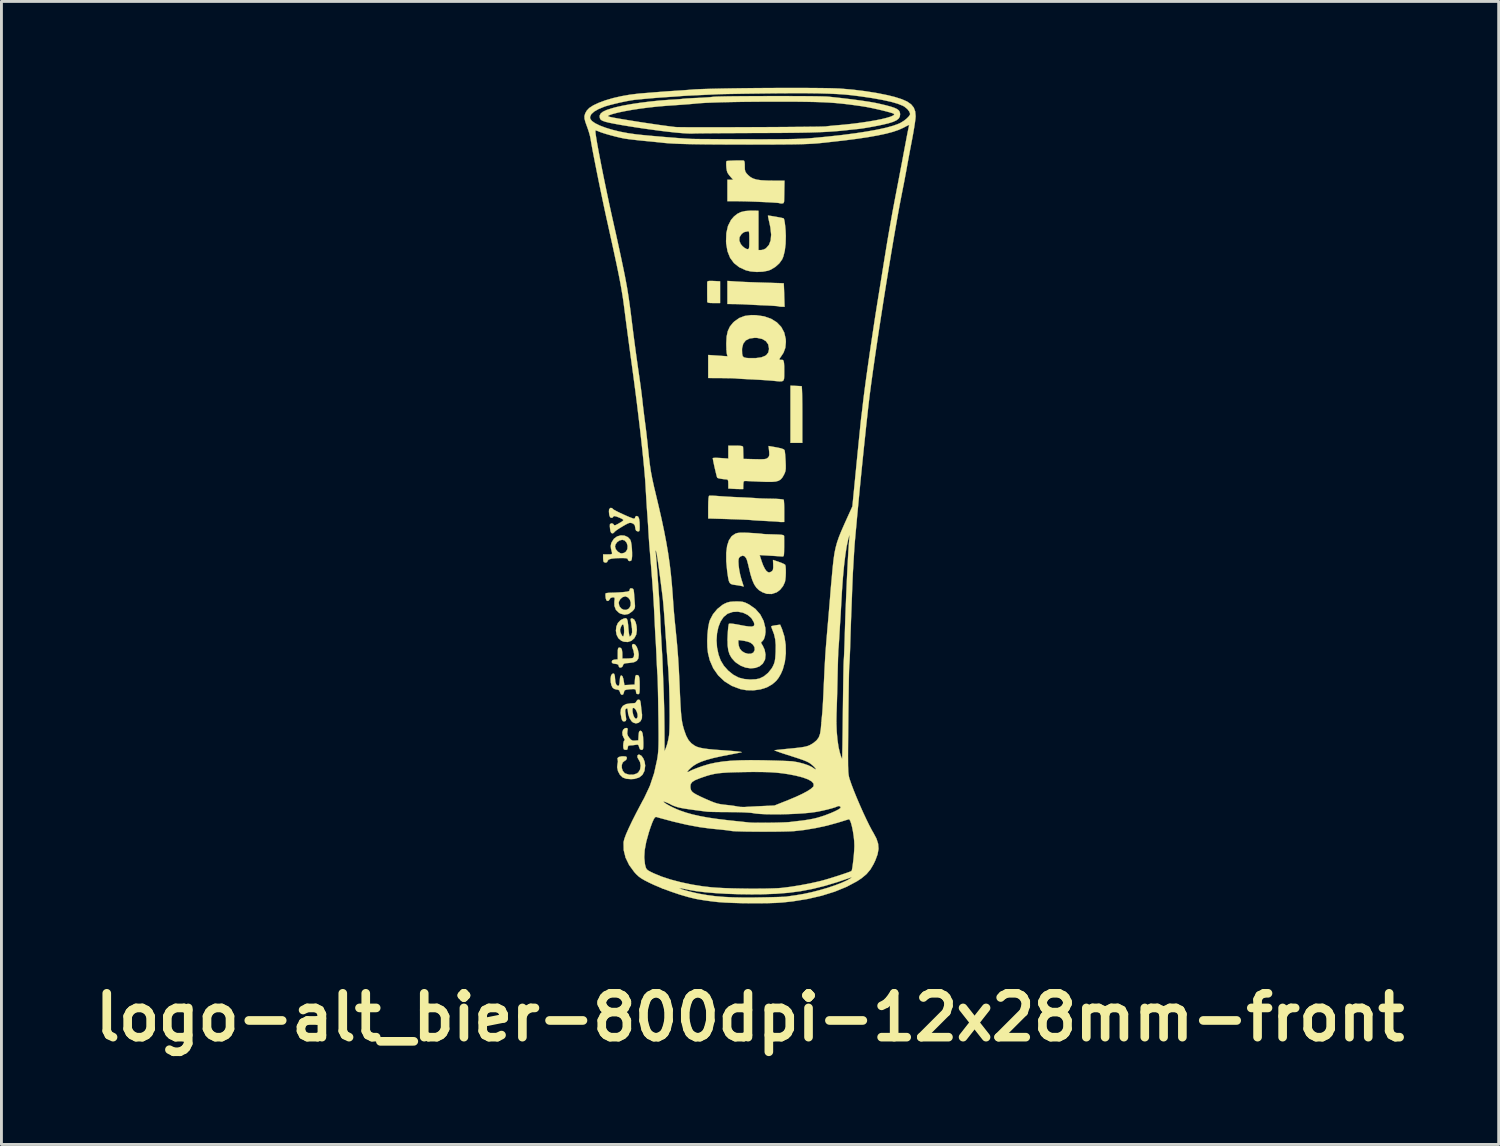
<source format=kicad_pcb>
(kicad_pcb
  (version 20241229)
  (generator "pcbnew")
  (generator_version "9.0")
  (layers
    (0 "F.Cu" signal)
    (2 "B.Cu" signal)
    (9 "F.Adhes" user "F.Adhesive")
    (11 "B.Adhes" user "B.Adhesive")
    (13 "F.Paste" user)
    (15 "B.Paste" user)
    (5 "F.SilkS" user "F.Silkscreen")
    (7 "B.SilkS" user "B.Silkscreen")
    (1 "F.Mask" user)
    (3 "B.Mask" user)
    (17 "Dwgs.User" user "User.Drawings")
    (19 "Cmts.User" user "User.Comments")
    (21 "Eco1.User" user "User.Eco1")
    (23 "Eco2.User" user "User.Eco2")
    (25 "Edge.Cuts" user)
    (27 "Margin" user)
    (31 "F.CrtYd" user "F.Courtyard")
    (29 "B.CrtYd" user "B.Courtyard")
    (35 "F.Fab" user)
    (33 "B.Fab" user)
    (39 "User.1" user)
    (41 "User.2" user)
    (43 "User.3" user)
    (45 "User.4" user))
  (footprint "logo-alt_bier-800dpi-12x28mm-front"
    (layer "F.Cu")
    (at 22.987 14.149)
    (property "Reference" "logo-alt_bier-800dpi-12x28mm-front" (at 0.025 18.15 0) (layer "F.SilkS") (effects (font (size 1.524 1.524) (thickness 0.3))))
    (attr through_hole)
    (fp_poly (pts (xy 1.611 -3.791) (xy 1.714 -3.786) (xy 1.791 -3.782) (xy 1.818 -3.781) (xy 1.824 -3.75) (xy 1.829 -3.663) (xy 1.834 -3.528) (xy 1.837 -3.352) (xy 1.84 -3.143) (xy 1.841 -2.91) (xy 1.841 -2.794) (xy 1.841 -1.81) (xy 1.429 -1.81) (xy 1.429 -3.799) (xy 1.611 -3.791)) (stroke (width 0.01) (type solid)) (fill yes) (layer "F.SilkS"))
    (fp_poly (pts (xy -1.238 -7.435) (xy -1.016 -7.424) (xy -1.016 -6.668) (xy -1.238 -6.668) (xy -1.368 -6.672) (xy -1.44 -6.685) (xy -1.462 -6.707) (xy -1.462 -6.771) (xy -1.463 -6.875) (xy -1.464 -7.003) (xy -1.464 -7.137) (xy -1.464 -7.259) (xy -1.463 -7.352) (xy -1.463 -7.398) (xy -1.45 -7.423) (xy -1.406 -7.436) (xy -1.32 -7.438) (xy -1.238 -7.435)) (stroke (width 0.01) (type solid)) (fill yes) (layer "F.SilkS"))
    (fp_poly (pts (xy -0.468 -7.418) (xy -0.345 -7.411) (xy -0.173 -7.402) (xy 0.032 -7.394) (xy 0.255 -7.386) (xy 0.481 -7.379) (xy 0.508 -7.378) (xy 0.709 -7.372) (xy 0.887 -7.366) (xy 1.032 -7.362) (xy 1.136 -7.358) (xy 1.19 -7.355) (xy 1.195 -7.354) (xy 1.198 -7.323) (xy 1.202 -7.24) (xy 1.207 -7.118) (xy 1.212 -6.969) (xy 1.212 -6.945) (xy 1.225 -6.54) (xy 1.126 -6.54) (xy 1.052 -6.545) (xy 1.012 -6.555) (xy 1.012 -6.555) (xy 0.977 -6.562) (xy 0.889 -6.569) (xy 0.761 -6.578) (xy 0.604 -6.586) (xy 0.522 -6.589) (xy 0.34 -6.597) (xy 0.167 -6.605) (xy 0.018 -6.613) (xy -0.088 -6.619) (xy -0.111 -6.62) (xy -0.225 -6.626) (xy -0.371 -6.631) (xy -0.516 -6.634) (xy -0.762 -6.636) (xy -0.762 -7.438) (xy -0.468 -7.418)) (stroke (width 0.01) (type solid)) (fill yes) (layer "F.SilkS"))
    (fp_poly (pts (xy -3.819 9.023) (xy -3.747 9.066) (xy -3.684 9.154) (xy -3.638 9.271) (xy -3.62 9.398) (xy -3.619 9.404) (xy -3.643 9.585) (xy -3.713 9.722) (xy -3.829 9.816) (xy -3.99 9.866) (xy -4.112 9.874) (xy -4.274 9.861) (xy -4.393 9.818) (xy -4.402 9.813) (xy -4.496 9.723) (xy -4.563 9.598) (xy -4.592 9.461) (xy -4.581 9.352) (xy -4.566 9.269) (xy -4.572 9.208) (xy -4.574 9.204) (xy -4.582 9.147) (xy -4.536 9.105) (xy -4.442 9.083) (xy -4.393 9.081) (xy -4.306 9.085) (xy -4.265 9.103) (xy -4.255 9.142) (xy -4.255 9.145) (xy -4.283 9.208) (xy -4.331 9.238) (xy -4.399 9.294) (xy -4.432 9.383) (xy -4.431 9.487) (xy -4.398 9.586) (xy -4.334 9.663) (xy -4.308 9.678) (xy -4.172 9.72) (xy -4.031 9.719) (xy -3.908 9.677) (xy -3.856 9.638) (xy -3.795 9.536) (xy -3.776 9.408) (xy -3.798 9.28) (xy -3.845 9.195) (xy -3.887 9.118) (xy -3.888 9.055) (xy -3.853 9.023) (xy -3.819 9.023)) (stroke (width 0.01) (type solid)) (fill yes) (layer "F.SilkS"))
    (fp_poly (pts (xy -3.959 5.211) (xy -3.909 5.286) (xy -3.87 5.39) (xy -3.847 5.512) (xy -3.844 5.561) (xy -3.858 5.68) (xy -3.911 5.762) (xy -4.01 5.812) (xy -4.162 5.835) (xy -4.169 5.836) (xy -4.283 5.845) (xy -4.347 5.86) (xy -4.378 5.884) (xy -4.388 5.917) (xy -4.416 5.972) (xy -4.466 5.998) (xy -4.515 5.991) (xy -4.54 5.949) (xy -4.54 5.941) (xy -4.554 5.897) (xy -4.605 5.875) (xy -4.659 5.868) (xy -4.74 5.854) (xy -4.774 5.823) (xy -4.778 5.794) (xy -4.762 5.747) (xy -4.702 5.724) (xy -4.675 5.721) (xy -4.572 5.711) (xy -4.572 5.507) (xy -4.57 5.395) (xy -4.56 5.333) (xy -4.54 5.307) (xy -4.512 5.302) (xy -4.459 5.319) (xy -4.428 5.376) (xy -4.414 5.481) (xy -4.413 5.543) (xy -4.413 5.683) (xy -4.257 5.683) (xy -4.155 5.679) (xy -4.074 5.67) (xy -4.051 5.664) (xy -4.012 5.618) (xy -4.003 5.53) (xy -4.023 5.416) (xy -4.049 5.343) (xy -4.077 5.25) (xy -4.067 5.197) (xy -4.064 5.194) (xy -4.013 5.177) (xy -3.959 5.211)) (stroke (width 0.01) (type solid)) (fill yes) (layer "F.SilkS"))
    (fp_poly (pts (xy -4.254 4.307) (xy -4.229 4.378) (xy -4.213 4.502) (xy -4.205 4.604) (xy -4.193 4.737) (xy -4.179 4.843) (xy -4.165 4.907) (xy -4.156 4.921) (xy -4.123 4.896) (xy -4.093 4.853) (xy -4.073 4.774) (xy -4.076 4.647) (xy -4.1 4.467) (xy -4.115 4.387) (xy -4.125 4.316) (xy -4.109 4.29) (xy -4.061 4.291) (xy -3.999 4.331) (xy -3.95 4.423) (xy -3.918 4.558) (xy -3.908 4.693) (xy -3.93 4.851) (xy -3.997 4.978) (xy -4.097 5.066) (xy -4.222 5.109) (xy -4.36 5.099) (xy -4.453 5.062) (xy -4.552 4.975) (xy -4.613 4.854) (xy -4.636 4.715) (xy -4.631 4.671) (xy -4.491 4.671) (xy -4.488 4.739) (xy -4.463 4.81) (xy -4.419 4.895) (xy -4.385 4.917) (xy -4.362 4.878) (xy -4.351 4.778) (xy -4.35 4.717) (xy -4.356 4.585) (xy -4.374 4.511) (xy -4.403 4.495) (xy -4.44 4.54) (xy -4.462 4.586) (xy -4.491 4.671) (xy -4.631 4.671) (xy -4.621 4.574) (xy -4.567 4.448) (xy -4.476 4.352) (xy -4.446 4.334) (xy -4.356 4.292) (xy -4.294 4.281) (xy -4.254 4.307)) (stroke (width 0.01) (type solid)) (fill yes) (layer "F.SilkS"))
    (fp_poly (pts (xy -4.238 8.105) (xy -4.227 8.142) (xy -4.237 8.21) (xy -4.243 8.297) (xy -4.217 8.371) (xy -4.174 8.434) (xy -4.112 8.505) (xy -4.053 8.534) (xy -3.974 8.535) (xy -3.858 8.525) (xy -3.848 8.358) (xy -3.838 8.258) (xy -3.82 8.208) (xy -3.788 8.192) (xy -3.781 8.191) (xy -3.739 8.214) (xy -3.71 8.284) (xy -3.692 8.406) (xy -3.684 8.585) (xy -3.683 8.644) (xy -3.685 8.758) (xy -3.693 8.823) (xy -3.712 8.851) (xy -3.745 8.858) (xy -3.747 8.858) (xy -3.8 8.837) (xy -3.83 8.766) (xy -3.831 8.76) (xy -3.851 8.693) (xy -3.889 8.673) (xy -3.946 8.681) (xy -4.05 8.695) (xy -4.131 8.7) (xy -4.198 8.709) (xy -4.221 8.748) (xy -4.223 8.779) (xy -4.239 8.842) (xy -4.281 8.858) (xy -4.341 8.848) (xy -4.36 8.837) (xy -4.377 8.79) (xy -4.382 8.71) (xy -4.376 8.625) (xy -4.361 8.557) (xy -4.344 8.533) (xy -4.327 8.507) (xy -4.358 8.447) (xy -4.36 8.444) (xy -4.406 8.343) (xy -4.413 8.242) (xy -4.384 8.157) (xy -4.323 8.105) (xy -4.276 8.096) (xy -4.238 8.105)) (stroke (width 0.01) (type solid)) (fill yes) (layer "F.SilkS"))
    (fp_poly (pts (xy -1.256 0.026) (xy -1.137 0.033) (xy -1.104 0.036) (xy -0.98 0.045) (xy -0.811 0.056) (xy -0.617 0.067) (xy -0.416 0.077) (xy -0.337 0.08) (xy -0.156 0.088) (xy 0.01 0.097) (xy 0.146 0.104) (xy 0.24 0.111) (xy 0.27 0.113) (xy 0.338 0.118) (xy 0.453 0.123) (xy 0.601 0.127) (xy 0.764 0.13) (xy 0.771 0.13) (xy 0.925 0.134) (xy 1.055 0.142) (xy 1.149 0.153) (xy 1.193 0.164) (xy 1.195 0.166) (xy 1.202 0.208) (xy 1.208 0.299) (xy 1.212 0.427) (xy 1.213 0.566) (xy 1.213 0.937) (xy 1.131 0.94) (xy 1.066 0.939) (xy 1.04 0.934) (xy 1.006 0.929) (xy 0.921 0.922) (xy 0.796 0.915) (xy 0.643 0.907) (xy 0.587 0.904) (xy 0.419 0.895) (xy 0.268 0.887) (xy 0.149 0.879) (xy 0.075 0.872) (xy 0.065 0.871) (xy 0.011 0.867) (xy -0.096 0.861) (xy -0.245 0.854) (xy -0.427 0.847) (xy -0.631 0.84) (xy -0.721 0.837) (xy -1.429 0.816) (xy -1.429 0.426) (xy -1.426 0.241) (xy -1.418 0.11) (xy -1.404 0.039) (xy -1.394 0.026) (xy -1.348 0.023) (xy -1.256 0.026)) (stroke (width 0.01) (type solid)) (fill yes) (layer "F.SilkS"))
    (fp_poly (pts (xy -0.226 -11.623) (xy -0.214 -11.623) (xy -0.183 -11.612) (xy -0.166 -11.572) (xy -0.159 -11.491) (xy -0.159 -11.426) (xy -0.156 -11.314) (xy -0.14 -11.241) (xy -0.102 -11.18) (xy -0.04 -11.113) (xy 0.042 -11.044) (xy 0.137 -10.994) (xy 0.257 -10.958) (xy 0.41 -10.936) (xy 0.607 -10.925) (xy 0.819 -10.922) (xy 1.222 -10.922) (xy 1.216 -10.597) (xy 1.214 -10.452) (xy 1.211 -10.324) (xy 1.209 -10.232) (xy 1.209 -10.2) (xy 1.189 -10.143) (xy 1.132 -10.128) (xy 1.069 -10.133) (xy 1.045 -10.141) (xy 1.01 -10.148) (xy 0.921 -10.155) (xy 0.79 -10.164) (xy 0.627 -10.173) (xy 0.442 -10.181) (xy 0.246 -10.19) (xy 0.05 -10.197) (xy -0.137 -10.203) (xy -0.303 -10.206) (xy -0.437 -10.208) (xy -0.762 -10.208) (xy -0.762 -10.581) (xy -0.762 -10.954) (xy -0.56 -10.954) (xy -0.641 -11.041) (xy -0.708 -11.122) (xy -0.759 -11.199) (xy -0.761 -11.204) (xy -0.781 -11.268) (xy -0.796 -11.363) (xy -0.803 -11.465) (xy -0.803 -11.552) (xy -0.792 -11.601) (xy -0.791 -11.603) (xy -0.756 -11.608) (xy -0.675 -11.614) (xy -0.564 -11.619) (xy -0.441 -11.623) (xy -0.323 -11.624) (xy -0.226 -11.623)) (stroke (width 0.01) (type solid)) (fill yes) (layer "F.SilkS"))
    (fp_poly (pts (xy -3.813 7.121) (xy -3.79 7.156) (xy -3.775 7.232) (xy -3.766 7.31) (xy -3.753 7.442) (xy -3.737 7.569) (xy -3.728 7.636) (xy -3.733 7.759) (xy -3.778 7.856) (xy -3.853 7.917) (xy -3.943 7.937) (xy -4.038 7.907) (xy -4.091 7.863) (xy -4.164 7.75) (xy -4.211 7.603) (xy -4.223 7.486) (xy -4.228 7.449) (xy -4.062 7.449) (xy -4.057 7.537) (xy -4.056 7.541) (xy -4.033 7.649) (xy -3.996 7.728) (xy -3.954 7.771) (xy -3.914 7.77) (xy -3.885 7.719) (xy -3.88 7.692) (xy -3.885 7.611) (xy -3.914 7.522) (xy -3.958 7.444) (xy -4.005 7.401) (xy -4.019 7.398) (xy -4.051 7.408) (xy -4.062 7.449) (xy -4.228 7.449) (xy -4.231 7.426) (xy -4.263 7.416) (xy -4.274 7.419) (xy -4.305 7.445) (xy -4.314 7.5) (xy -4.306 7.585) (xy -4.292 7.688) (xy -4.281 7.774) (xy -4.278 7.795) (xy -4.293 7.85) (xy -4.34 7.868) (xy -4.389 7.863) (xy -4.422 7.82) (xy -4.443 7.757) (xy -4.475 7.574) (xy -4.46 7.431) (xy -4.395 7.329) (xy -4.28 7.265) (xy -4.115 7.24) (xy -4.079 7.239) (xy -3.989 7.233) (xy -3.943 7.209) (xy -3.928 7.176) (xy -3.887 7.122) (xy -3.848 7.112) (xy -3.813 7.121)) (stroke (width 0.01) (type solid)) (fill yes) (layer "F.SilkS"))
    (fp_poly (pts (xy -4.696 6.217) (xy -4.673 6.289) (xy -4.667 6.37) (xy -4.655 6.503) (xy -4.621 6.595) (xy -4.568 6.635) (xy -4.557 6.636) (xy -4.528 6.615) (xy -4.51 6.545) (xy -4.502 6.453) (xy -4.492 6.343) (xy -4.473 6.286) (xy -4.445 6.271) (xy -4.409 6.298) (xy -4.38 6.382) (xy -4.369 6.439) (xy -4.34 6.607) (xy -4.162 6.598) (xy -3.985 6.588) (xy -3.975 6.421) (xy -3.965 6.322) (xy -3.947 6.271) (xy -3.915 6.255) (xy -3.907 6.255) (xy -3.865 6.264) (xy -3.837 6.297) (xy -3.821 6.364) (xy -3.812 6.475) (xy -3.81 6.638) (xy -3.811 6.773) (xy -3.816 6.857) (xy -3.828 6.902) (xy -3.849 6.919) (xy -3.873 6.921) (xy -3.924 6.902) (xy -3.937 6.844) (xy -3.943 6.785) (xy -3.969 6.753) (xy -4.029 6.743) (xy -4.136 6.75) (xy -4.168 6.753) (xy -4.27 6.766) (xy -4.325 6.784) (xy -4.349 6.817) (xy -4.356 6.854) (xy -4.383 6.927) (xy -4.427 6.948) (xy -4.471 6.914) (xy -4.492 6.86) (xy -4.518 6.79) (xy -4.568 6.765) (xy -4.601 6.763) (xy -4.689 6.74) (xy -4.747 6.699) (xy -4.789 6.619) (xy -4.815 6.506) (xy -4.821 6.386) (xy -4.806 6.284) (xy -4.786 6.242) (xy -4.736 6.2) (xy -4.696 6.217)) (stroke (width 0.01) (type solid)) (fill yes) (layer "F.SilkS"))
    (fp_poly (pts (xy -4.337 1.412) (xy -4.219 1.466) (xy -4.139 1.552) (xy -4.114 1.619) (xy -4.095 1.727) (xy -4.081 1.86) (xy -4.074 1.998) (xy -4.074 2.126) (xy -4.084 2.225) (xy -4.101 2.276) (xy -4.152 2.3) (xy -4.203 2.28) (xy -4.223 2.235) (xy -4.24 2.209) (xy -4.299 2.195) (xy -4.411 2.191) (xy -4.425 2.191) (xy -4.637 2.196) (xy -4.789 2.213) (xy -4.883 2.241) (xy -4.92 2.281) (xy -4.921 2.29) (xy -4.946 2.336) (xy -5.001 2.352) (xy -5.057 2.33) (xy -5.059 2.328) (xy -5.073 2.285) (xy -5.08 2.206) (xy -5.08 2.185) (xy -5.08 2.064) (xy -4.918 2.064) (xy -4.823 2.062) (xy -4.778 2.051) (xy -4.768 2.024) (xy -4.775 1.992) (xy -4.807 1.863) (xy -4.813 1.794) (xy -4.667 1.794) (xy -4.64 1.885) (xy -4.571 1.968) (xy -4.483 2.022) (xy -4.431 2.032) (xy -4.347 2.01) (xy -4.286 1.968) (xy -4.237 1.879) (xy -4.23 1.768) (xy -4.261 1.661) (xy -4.33 1.581) (xy -4.331 1.58) (xy -4.416 1.557) (xy -4.51 1.58) (xy -4.594 1.639) (xy -4.652 1.722) (xy -4.667 1.794) (xy -4.813 1.794) (xy -4.815 1.768) (xy -4.8 1.686) (xy -4.783 1.642) (xy -4.704 1.521) (xy -4.594 1.441) (xy -4.467 1.404) (xy -4.337 1.412)) (stroke (width 0.01) (type solid)) (fill yes) (layer "F.SilkS"))
    (fp_poly (pts (xy -4.044 3.259) (xy -4.02 3.299) (xy -4.009 3.381) (xy -4.006 3.413) (xy -3.997 3.542) (xy -3.986 3.688) (xy -3.98 3.755) (xy -3.973 3.861) (xy -3.981 3.929) (xy -4.013 3.984) (xy -4.074 4.048) (xy -4.199 4.135) (xy -4.335 4.16) (xy -4.477 4.123) (xy -4.529 4.094) (xy -4.635 3.992) (xy -4.688 3.856) (xy -4.688 3.755) (xy -4.54 3.755) (xy -4.516 3.863) (xy -4.453 3.943) (xy -4.367 3.989) (xy -4.273 3.993) (xy -4.186 3.948) (xy -4.174 3.936) (xy -4.125 3.844) (xy -4.12 3.739) (xy -4.151 3.639) (xy -4.213 3.562) (xy -4.299 3.525) (xy -4.317 3.524) (xy -4.408 3.552) (xy -4.487 3.622) (xy -4.535 3.714) (xy -4.54 3.755) (xy -4.688 3.755) (xy -4.688 3.698) (xy -4.678 3.611) (xy -4.686 3.569) (xy -4.719 3.557) (xy -4.75 3.556) (xy -4.824 3.578) (xy -4.849 3.619) (xy -4.886 3.671) (xy -4.921 3.683) (xy -4.964 3.663) (xy -4.988 3.595) (xy -4.993 3.564) (xy -4.999 3.481) (xy -4.996 3.426) (xy -4.994 3.421) (xy -4.958 3.408) (xy -4.878 3.399) (xy -4.813 3.397) (xy -4.693 3.394) (xy -4.544 3.387) (xy -4.402 3.377) (xy -4.278 3.364) (xy -4.205 3.35) (xy -4.169 3.33) (xy -4.159 3.3) (xy -4.159 3.295) (xy -4.142 3.249) (xy -4.088 3.244) (xy -4.044 3.259)) (stroke (width 0.01) (type solid)) (fill yes) (layer "F.SilkS"))
    (fp_poly (pts (xy -4.772 0.455) (xy -4.74 0.488) (xy -4.704 0.515) (xy -4.623 0.559) (xy -4.512 0.614) (xy -4.385 0.673) (xy -4.256 0.731) (xy -4.14 0.78) (xy -4.05 0.813) (xy -4.002 0.826) (xy -3.973 0.8) (xy -3.969 0.778) (xy -3.943 0.738) (xy -3.909 0.73) (xy -3.862 0.754) (xy -3.831 0.827) (xy -3.814 0.954) (xy -3.81 1.102) (xy -3.812 1.201) (xy -3.823 1.251) (xy -3.848 1.266) (xy -3.881 1.264) (xy -3.932 1.243) (xy -3.956 1.188) (xy -3.963 1.138) (xy -3.98 1.052) (xy -4.027 1.002) (xy -4.065 0.984) (xy -4.113 0.968) (xy -4.16 0.969) (xy -4.221 0.989) (xy -4.309 1.035) (xy -4.415 1.097) (xy -4.529 1.167) (xy -4.622 1.23) (xy -4.678 1.276) (xy -4.689 1.291) (xy -4.731 1.328) (xy -4.762 1.333) (xy -4.8 1.316) (xy -4.825 1.257) (xy -4.837 1.187) (xy -4.846 1.094) (xy -4.844 1.028) (xy -4.84 1.013) (xy -4.793 0.985) (xy -4.737 0.999) (xy -4.711 1.031) (xy -4.691 1.054) (xy -4.649 1.048) (xy -4.573 1.01) (xy -4.545 0.994) (xy -4.438 0.932) (xy -4.384 0.89) (xy -4.381 0.859) (xy -4.424 0.829) (xy -4.493 0.797) (xy -4.62 0.747) (xy -4.698 0.732) (xy -4.73 0.752) (xy -4.731 0.762) (xy -4.757 0.788) (xy -4.79 0.794) (xy -4.834 0.776) (xy -4.861 0.713) (xy -4.87 0.669) (xy -4.878 0.576) (xy -4.873 0.504) (xy -4.87 0.495) (xy -4.828 0.45) (xy -4.772 0.455)) (stroke (width 0.01) (type solid)) (fill yes) (layer "F.SilkS"))
    (fp_poly (pts (xy -0.336 -1.711) (xy -0.253 -1.699) (xy -0.22 -1.679) (xy -0.219 -1.675) (xy -0.216 -1.623) (xy -0.213 -1.531) (xy -0.211 -1.445) (xy -0.206 -1.254) (xy 0.186 -1.244) (xy 0.354 -1.241) (xy 0.471 -1.242) (xy 0.548 -1.249) (xy 0.599 -1.263) (xy 0.635 -1.286) (xy 0.642 -1.292) (xy 0.678 -1.335) (xy 0.694 -1.392) (xy 0.691 -1.483) (xy 0.687 -1.526) (xy 0.669 -1.702) (xy 0.936 -1.655) (xy 1.092 -1.623) (xy 1.187 -1.59) (xy 1.224 -1.558) (xy 1.234 -1.507) (xy 1.245 -1.408) (xy 1.254 -1.277) (xy 1.26 -1.175) (xy 1.266 -1.021) (xy 1.265 -0.913) (xy 1.255 -0.834) (xy 1.234 -0.768) (xy 1.201 -0.699) (xy 1.148 -0.607) (xy 1.089 -0.54) (xy 1.015 -0.494) (xy 0.916 -0.467) (xy 0.782 -0.455) (xy 0.602 -0.455) (xy 0.429 -0.461) (xy 0.255 -0.469) (xy 0.098 -0.476) (xy -0.028 -0.482) (xy -0.109 -0.486) (xy -0.127 -0.487) (xy -0.176 -0.484) (xy -0.2 -0.457) (xy -0.208 -0.39) (xy -0.21 -0.349) (xy -0.213 -0.206) (xy -0.337 -0.206) (xy -0.454 -0.209) (xy -0.58 -0.215) (xy -0.595 -0.216) (xy -0.73 -0.226) (xy -0.73 -0.383) (xy -0.734 -0.479) (xy -0.75 -0.527) (xy -0.783 -0.541) (xy -0.786 -0.541) (xy -0.878 -0.548) (xy -0.979 -0.562) (xy -1.064 -0.579) (xy -1.112 -0.596) (xy -1.114 -0.598) (xy -1.127 -0.634) (xy -1.149 -0.717) (xy -1.176 -0.829) (xy -1.206 -0.956) (xy -1.233 -1.08) (xy -1.255 -1.187) (xy -1.268 -1.26) (xy -1.27 -1.279) (xy -1.241 -1.288) (xy -1.163 -1.291) (xy -1.051 -1.287) (xy -1 -1.284) (xy -0.73 -1.264) (xy -0.73 -1.714) (xy -0.476 -1.714) (xy -0.336 -1.711)) (stroke (width 0.01) (type solid)) (fill yes) (layer "F.SilkS"))
    (fp_poly (pts (xy 0.214 -9.878) (xy 0.318 -9.874) (xy 0.318 -8.509) (xy 0.408 -8.509) (xy 0.5 -8.529) (xy 0.579 -8.572) (xy 0.682 -8.689) (xy 0.742 -8.847) (xy 0.759 -9.046) (xy 0.733 -9.29) (xy 0.701 -9.445) (xy 0.674 -9.563) (xy 0.655 -9.654) (xy 0.647 -9.703) (xy 0.648 -9.707) (xy 0.68 -9.706) (xy 0.757 -9.695) (xy 0.861 -9.678) (xy 0.975 -9.658) (xy 1.08 -9.638) (xy 1.159 -9.621) (xy 1.195 -9.611) (xy 1.195 -9.61) (xy 1.213 -9.563) (xy 1.231 -9.467) (xy 1.247 -9.335) (xy 1.26 -9.183) (xy 1.267 -9.023) (xy 1.268 -9.004) (xy 1.261 -8.73) (xy 1.232 -8.487) (xy 1.182 -8.286) (xy 1.142 -8.189) (xy 1.043 -8.05) (xy 0.903 -7.924) (xy 0.743 -7.828) (xy 0.654 -7.794) (xy 0.469 -7.759) (xy 0.257 -7.75) (xy 0.049 -7.767) (xy -0.117 -7.806) (xy -0.35 -7.913) (xy -0.533 -8.057) (xy -0.668 -8.241) (xy -0.758 -8.467) (xy -0.804 -8.738) (xy -0.808 -8.811) (xy -0.807 -8.84) (xy -0.349 -8.84) (xy -0.299 -8.719) (xy -0.241 -8.649) (xy -0.164 -8.584) (xy -0.091 -8.546) (xy -0.067 -8.541) (xy -0.036 -8.544) (xy -0.017 -8.563) (xy -0.006 -8.608) (xy -0.001 -8.691) (xy -0.000023 -8.824) (xy 0 -8.862) (xy -0.001 -9.007) (xy -0.006 -9.1) (xy -0.015 -9.15) (xy -0.032 -9.166) (xy -0.05 -9.163) (xy -0.123 -9.146) (xy -0.147 -9.144) (xy -0.2 -9.123) (xy -0.265 -9.072) (xy -0.271 -9.066) (xy -0.34 -8.959) (xy -0.349 -8.84) (xy -0.807 -8.84) (xy -0.798 -9.101) (xy -0.741 -9.349) (xy -0.637 -9.555) (xy -0.535 -9.674) (xy -0.42 -9.767) (xy -0.293 -9.83) (xy -0.141 -9.866) (xy 0.049 -9.88) (xy 0.214 -9.878)) (stroke (width 0.01) (type solid)) (fill yes) (layer "F.SilkS"))
    (fp_poly (pts (xy 0.235 -6.247) (xy 0.514 -6.207) (xy 0.755 -6.123) (xy 0.955 -5.999) (xy 1.109 -5.838) (xy 1.213 -5.644) (xy 1.265 -5.419) (xy 1.27 -5.317) (xy 1.251 -5.115) (xy 1.188 -4.943) (xy 1.106 -4.818) (xy 1.054 -4.742) (xy 1.049 -4.703) (xy 1.093 -4.693) (xy 1.133 -4.696) (xy 1.167 -4.69) (xy 1.19 -4.656) (xy 1.205 -4.585) (xy 1.212 -4.469) (xy 1.213 -4.298) (xy 1.213 -4.29) (xy 1.212 -4.141) (xy 1.207 -4.041) (xy 1.186 -3.98) (xy 1.138 -3.951) (xy 1.055 -3.947) (xy 0.925 -3.958) (xy 0.81 -3.97) (xy 0.684 -3.98) (xy 0.514 -3.992) (xy 0.32 -4.004) (xy 0.122 -4.015) (xy 0.064 -4.017) (xy -0.11 -4.026) (xy -0.263 -4.034) (xy -0.383 -4.042) (xy -0.459 -4.048) (xy -0.476 -4.05) (xy -0.524 -4.053) (xy -0.622 -4.057) (xy -0.758 -4.059) (xy -0.919 -4.061) (xy -0.976 -4.062) (xy -1.429 -4.064) (xy -1.429 -4.865) (xy -1.092 -4.842) (xy -0.756 -4.819) (xy -0.778 -4.89) (xy -0.788 -4.952) (xy -0.794 -5.042) (xy -0.254 -5.042) (xy -0.25 -4.909) (xy -0.232 -4.827) (xy -0.19 -4.783) (xy -0.113 -4.763) (xy -0.02 -4.756) (xy 0.228 -4.756) (xy 0.42 -4.783) (xy 0.555 -4.837) (xy 0.6 -4.872) (xy 0.659 -4.951) (xy 0.681 -5.047) (xy 0.683 -5.093) (xy 0.655 -5.236) (xy 0.575 -5.346) (xy 0.447 -5.421) (xy 0.273 -5.458) (xy 0.19 -5.461) (xy 0.011 -5.439) (xy -0.122 -5.372) (xy -0.21 -5.261) (xy -0.251 -5.108) (xy -0.254 -5.042) (xy -0.794 -5.042) (xy -0.796 -5.059) (xy -0.8 -5.193) (xy -0.801 -5.268) (xy -0.789 -5.504) (xy -0.748 -5.694) (xy -0.675 -5.851) (xy -0.564 -5.988) (xy -0.514 -6.034) (xy -0.348 -6.15) (xy -0.159 -6.221) (xy 0.063 -6.25) (xy 0.235 -6.247)) (stroke (width 0.01) (type solid)) (fill yes) (layer "F.SilkS"))
    (fp_poly (pts (xy -0.091 1.312) (xy 0.029 1.319) (xy 0.182 1.328) (xy 0.311 1.337) (xy 0.403 1.345) (xy 0.446 1.351) (xy 0.447 1.352) (xy 0.484 1.356) (xy 0.572 1.362) (xy 0.696 1.366) (xy 0.836 1.37) (xy 0.998 1.375) (xy 1.106 1.382) (xy 1.17 1.393) (xy 1.201 1.409) (xy 1.209 1.427) (xy 1.209 1.478) (xy 1.21 1.577) (xy 1.21 1.707) (xy 1.21 1.81) (xy 1.208 1.959) (xy 1.204 2.056) (xy 1.195 2.11) (xy 1.178 2.134) (xy 1.153 2.138) (xy 1.153 2.138) (xy 1.1 2.134) (xy 0.999 2.127) (xy 0.865 2.118) (xy 0.728 2.11) (xy 0.358 2.088) (xy 0.434 2.322) (xy 0.481 2.447) (xy 0.535 2.556) (xy 0.583 2.629) (xy 0.587 2.633) (xy 0.647 2.683) (xy 0.698 2.691) (xy 0.745 2.673) (xy 0.793 2.643) (xy 0.821 2.596) (xy 0.831 2.518) (xy 0.829 2.394) (xy 0.828 2.375) (xy 0.822 2.257) (xy 1.022 2.324) (xy 1.128 2.364) (xy 1.209 2.401) (xy 1.246 2.426) (xy 1.26 2.481) (xy 1.267 2.58) (xy 1.268 2.704) (xy 1.263 2.833) (xy 1.251 2.95) (xy 1.237 3.023) (xy 1.171 3.167) (xy 1.067 3.296) (xy 0.952 3.382) (xy 0.78 3.44) (xy 0.607 3.435) (xy 0.453 3.379) (xy 0.34 3.311) (xy 0.247 3.223) (xy 0.169 3.106) (xy 0.102 2.953) (xy 0.04 2.753) (xy -0.015 2.524) (xy -0.045 2.399) (xy -0.075 2.288) (xy -0.099 2.216) (xy -0.156 2.134) (xy -0.231 2.107) (xy -0.312 2.139) (xy -0.324 2.148) (xy -0.357 2.185) (xy -0.374 2.233) (xy -0.379 2.307) (xy -0.373 2.425) (xy -0.372 2.445) (xy -0.352 2.599) (xy -0.317 2.775) (xy -0.275 2.932) (xy -0.195 3.181) (xy -0.264 3.164) (xy -0.335 3.15) (xy -0.44 3.133) (xy -0.503 3.125) (xy -0.583 3.112) (xy -0.641 3.091) (xy -0.682 3.053) (xy -0.712 2.987) (xy -0.735 2.882) (xy -0.758 2.729) (xy -0.77 2.644) (xy -0.802 2.302) (xy -0.802 2.009) (xy -0.771 1.765) (xy -0.707 1.572) (xy -0.612 1.431) (xy -0.486 1.345) (xy -0.422 1.324) (xy -0.344 1.312) (xy -0.239 1.309) (xy -0.091 1.312)) (stroke (width 0.01) (type solid)) (fill yes) (layer "F.SilkS"))
    (fp_poly (pts (xy -0.324 3.702) (xy -0.225 3.714) (xy -0.137 3.742) (xy -0.034 3.792) (xy -0.005 3.808) (xy 0.21 3.959) (xy 0.378 4.15) (xy 0.496 4.376) (xy 0.557 4.62) (xy 0.562 4.763) (xy 0.543 4.9) (xy 0.505 5.013) (xy 0.452 5.083) (xy 0.447 5.086) (xy 0.413 5.112) (xy 0.411 5.144) (xy 0.443 5.201) (xy 0.463 5.23) (xy 0.533 5.38) (xy 0.562 5.548) (xy 0.547 5.708) (xy 0.54 5.729) (xy 0.467 5.861) (xy 0.353 5.955) (xy 0.208 6.009) (xy 0.044 6.024) (xy -0.129 5.998) (xy -0.303 5.93) (xy -0.466 5.822) (xy -0.512 5.78) (xy -0.613 5.666) (xy -0.685 5.543) (xy -0.731 5.399) (xy -0.754 5.222) (xy -0.755 5.141) (xy -0.381 5.141) (xy -0.366 5.244) (xy -0.331 5.338) (xy -0.26 5.425) (xy -0.157 5.487) (xy -0.043 5.519) (xy 0.063 5.515) (xy 0.141 5.475) (xy 0.187 5.389) (xy 0.181 5.293) (xy 0.127 5.2) (xy 0.036 5.13) (xy -0.05 5.098) (xy -0.163 5.071) (xy -0.217 5.062) (xy -0.381 5.04) (xy -0.381 5.141) (xy -0.755 5.141) (xy -0.758 5.001) (xy -0.753 4.879) (xy -0.744 4.729) (xy -0.733 4.603) (xy -0.72 4.513) (xy -0.708 4.474) (xy -0.667 4.468) (xy -0.577 4.475) (xy -0.453 4.494) (xy -0.364 4.511) (xy -0.158 4.55) (xy -0.008 4.57) (xy 0.094 4.571) (xy 0.153 4.552) (xy 0.174 4.51) (xy 0.164 4.446) (xy 0.154 4.416) (xy 0.069 4.275) (xy -0.061 4.165) (xy -0.22 4.09) (xy -0.397 4.055) (xy -0.576 4.064) (xy -0.746 4.122) (xy -0.761 4.13) (xy -0.894 4.239) (xy -0.999 4.395) (xy -1.076 4.59) (xy -1.123 4.812) (xy -1.139 5.052) (xy -1.122 5.299) (xy -1.071 5.544) (xy -0.996 5.75) (xy -0.886 5.933) (xy -0.733 6.105) (xy -0.554 6.248) (xy -0.368 6.346) (xy -0.365 6.347) (xy -0.181 6.394) (xy 0.026 6.413) (xy 0.229 6.403) (xy 0.354 6.377) (xy 0.505 6.303) (xy 0.651 6.183) (xy 0.774 6.031) (xy 0.816 5.958) (xy 0.856 5.87) (xy 0.883 5.783) (xy 0.9 5.677) (xy 0.91 5.533) (xy 0.914 5.454) (xy 0.917 5.214) (xy 0.9 5.016) (xy 0.86 4.841) (xy 0.804 4.691) (xy 0.774 4.614) (xy 0.763 4.566) (xy 0.765 4.56) (xy 0.801 4.549) (xy 0.879 4.534) (xy 0.924 4.527) (xy 1.071 4.506) (xy 1.135 4.658) (xy 1.219 4.92) (xy 1.263 5.208) (xy 1.268 5.506) (xy 1.235 5.796) (xy 1.163 6.062) (xy 1.096 6.216) (xy 1.017 6.353) (xy 0.935 6.457) (xy 0.827 6.552) (xy 0.787 6.584) (xy 0.607 6.686) (xy 0.388 6.755) (xy 0.147 6.788) (xy -0.1 6.783) (xy -0.309 6.746) (xy -0.605 6.635) (xy -0.863 6.475) (xy -1.081 6.269) (xy -1.253 6.023) (xy -1.376 5.74) (xy -1.437 5.489) (xy -1.458 5.291) (xy -1.463 5.068) (xy -1.454 4.839) (xy -1.432 4.623) (xy -1.397 4.438) (xy -1.368 4.345) (xy -1.262 4.143) (xy -1.112 3.962) (xy -0.935 3.82) (xy -0.877 3.786) (xy -0.776 3.74) (xy -0.678 3.714) (xy -0.559 3.703) (xy -0.46 3.701) (xy -0.324 3.702)) (stroke (width 0.01) (type solid)) (fill yes) (layer "F.SilkS"))
    (fp_poly (pts (xy 1.313 -13.86) (xy 1.61 -13.859) (xy 1.889 -13.858) (xy 2.141 -13.856) (xy 2.359 -13.853) (xy 2.538 -13.849) (xy 2.669 -13.845) (xy 2.746 -13.84) (xy 3.188 -13.792) (xy 3.569 -13.746) (xy 3.891 -13.703) (xy 4.158 -13.663) (xy 4.372 -13.625) (xy 4.477 -13.603) (xy 4.717 -13.547) (xy 4.902 -13.498) (xy 5.039 -13.453) (xy 5.133 -13.409) (xy 5.194 -13.362) (xy 5.226 -13.309) (xy 5.238 -13.246) (xy 5.239 -13.224) (xy 5.227 -13.145) (xy 5.186 -13.077) (xy 5.11 -13.018) (xy 4.994 -12.965) (xy 4.83 -12.914) (xy 4.614 -12.863) (xy 4.455 -12.83) (xy 4.272 -12.795) (xy 4.093 -12.763) (xy 3.937 -12.738) (xy 3.82 -12.722) (xy 3.794 -12.719) (xy 3.673 -12.707) (xy 3.516 -12.691) (xy 3.353 -12.673) (xy 3.302 -12.668) (xy 3.133 -12.65) (xy 2.958 -12.636) (xy 2.773 -12.623) (xy 2.57 -12.612) (xy 2.345 -12.603) (xy 2.091 -12.595) (xy 1.803 -12.589) (xy 1.476 -12.585) (xy 1.103 -12.581) (xy 0.679 -12.579) (xy 0.198 -12.577) (xy 0.114 -12.577) (xy -0.238 -12.576) (xy -0.572 -12.574) (xy -0.883 -12.573) (xy -1.165 -12.571) (xy -1.413 -12.569) (xy -1.621 -12.567) (xy -1.782 -12.565) (xy -1.893 -12.563) (xy -1.947 -12.561) (xy -1.95 -12.56) (xy -2.008 -12.558) (xy -2.113 -12.561) (xy -2.249 -12.568) (xy -2.365 -12.576) (xy -2.567 -12.594) (xy -2.806 -12.62) (xy -3.072 -12.652) (xy -3.356 -12.69) (xy -3.647 -12.73) (xy -3.935 -12.773) (xy -4.211 -12.817) (xy -4.465 -12.859) (xy -4.686 -12.899) (xy -4.866 -12.935) (xy -4.994 -12.966) (xy -5.008 -12.97) (xy -5.111 -13.007) (xy -5.168 -13.046) (xy -5.195 -13.1) (xy -5.195 -13.103) (xy -5.199 -13.163) (xy -4.91 -13.163) (xy -4.87 -13.144) (xy -4.813 -13.129) (xy -4.702 -13.107) (xy -4.546 -13.079) (xy -4.354 -13.047) (xy -4.136 -13.011) (xy -3.9 -12.973) (xy -3.655 -12.935) (xy -3.411 -12.899) (xy -3.176 -12.864) (xy -2.96 -12.834) (xy -2.772 -12.809) (xy -2.62 -12.79) (xy -2.556 -12.784) (xy -2.498 -12.781) (xy -2.385 -12.78) (xy -2.22 -12.778) (xy -2.011 -12.777) (xy -1.763 -12.777) (xy -1.483 -12.777) (xy -1.175 -12.777) (xy -0.846 -12.777) (xy -0.503 -12.778) (xy -0.15 -12.779) (xy 0.206 -12.781) (xy 0.559 -12.782) (xy 0.904 -12.784) (xy 1.234 -12.786) (xy 1.544 -12.789) (xy 1.828 -12.791) (xy 2.079 -12.794) (xy 2.293 -12.796) (xy 2.462 -12.799) (xy 2.581 -12.802) (xy 2.644 -12.805) (xy 2.651 -12.805) (xy 2.729 -12.816) (xy 2.846 -12.828) (xy 2.98 -12.84) (xy 3 -12.842) (xy 3.302 -12.868) (xy 3.599 -12.9) (xy 3.883 -12.937) (xy 4.149 -12.977) (xy 4.392 -13.019) (xy 4.604 -13.062) (xy 4.781 -13.106) (xy 4.916 -13.148) (xy 5.002 -13.187) (xy 5.035 -13.223) (xy 5.028 -13.241) (xy 4.983 -13.263) (xy 4.887 -13.293) (xy 4.753 -13.33) (xy 4.592 -13.37) (xy 4.417 -13.41) (xy 4.239 -13.449) (xy 4.07 -13.482) (xy 3.923 -13.506) (xy 3.921 -13.507) (xy 3.666 -13.543) (xy 3.432 -13.574) (xy 3.209 -13.599) (xy 2.989 -13.62) (xy 2.763 -13.636) (xy 2.522 -13.648) (xy 2.257 -13.656) (xy 1.96 -13.662) (xy 1.62 -13.666) (xy 1.229 -13.667) (xy 1.048 -13.667) (xy 0.594 -13.667) (xy 0.161 -13.664) (xy -0.248 -13.66) (xy -0.625 -13.653) (xy -0.965 -13.646) (xy -1.263 -13.636) (xy -1.513 -13.626) (xy -1.71 -13.614) (xy -1.826 -13.604) (xy -1.919 -13.595) (xy -2.038 -13.584) (xy -2.189 -13.572) (xy -2.38 -13.558) (xy -2.621 -13.541) (xy -2.857 -13.525) (xy -3.159 -13.5) (xy -3.468 -13.467) (xy -3.773 -13.428) (xy -4.064 -13.384) (xy -4.33 -13.336) (xy -4.562 -13.288) (xy -4.747 -13.239) (xy -4.843 -13.207) (xy -4.904 -13.18) (xy -4.91 -13.163) (xy -5.199 -13.163) (xy -5.2 -13.183) (xy -5.165 -13.254) (xy -5.087 -13.317) (xy -4.959 -13.377) (xy -4.776 -13.436) (xy -4.62 -13.478) (xy -4.386 -13.53) (xy -4.103 -13.581) (xy -3.788 -13.628) (xy -3.453 -13.67) (xy -3.116 -13.705) (xy -2.791 -13.73) (xy -2.715 -13.734) (xy -2.566 -13.743) (xy -2.441 -13.752) (xy -2.354 -13.76) (xy -2.317 -13.765) (xy -2.317 -13.765) (xy -2.281 -13.769) (xy -2.194 -13.776) (xy -2.065 -13.783) (xy -1.908 -13.792) (xy -1.825 -13.795) (xy -1.651 -13.804) (xy -1.495 -13.813) (xy -1.369 -13.822) (xy -1.288 -13.831) (xy -1.27 -13.833) (xy -1.214 -13.838) (xy -1.102 -13.843) (xy -0.941 -13.847) (xy -0.736 -13.851) (xy -0.496 -13.854) (xy -0.226 -13.856) (xy 0.065 -13.858) (xy 0.372 -13.859) (xy 0.686 -13.86) (xy 1.002 -13.861) (xy 1.313 -13.86)) (stroke (width 0.01) (type solid)) (fill yes) (layer "F.SilkS"))
    (fp_poly (pts (xy 1.935 -14.143) (xy 2.256 -14.141) (xy 2.546 -14.138) (xy 2.797 -14.134) (xy 3.002 -14.128) (xy 3.156 -14.121) (xy 3.175 -14.12) (xy 3.601 -14.083) (xy 4.024 -14.031) (xy 4.427 -13.967) (xy 4.796 -13.893) (xy 5.051 -13.83) (xy 5.297 -13.752) (xy 5.485 -13.669) (xy 5.622 -13.573) (xy 5.713 -13.461) (xy 5.763 -13.327) (xy 5.778 -13.166) (xy 5.779 -13.164) (xy 5.772 -13.079) (xy 5.755 -12.944) (xy 5.729 -12.773) (xy 5.696 -12.578) (xy 5.658 -12.371) (xy 5.653 -12.345) (xy 5.611 -12.126) (xy 5.569 -11.906) (xy 5.531 -11.701) (xy 5.499 -11.527) (xy 5.476 -11.399) (xy 5.476 -11.398) (xy 5.454 -11.276) (xy 5.422 -11.105) (xy 5.384 -10.901) (xy 5.34 -10.678) (xy 5.295 -10.449) (xy 5.282 -10.382) (xy 5.222 -10.074) (xy 5.156 -9.71) (xy 5.083 -9.299) (xy 5.005 -8.849) (xy 4.924 -8.366) (xy 4.84 -7.859) (xy 4.755 -7.336) (xy 4.67 -6.804) (xy 4.587 -6.271) (xy 4.506 -5.745) (xy 4.429 -5.233) (xy 4.357 -4.743) (xy 4.291 -4.284) (xy 4.233 -3.862) (xy 4.183 -3.485) (xy 4.176 -3.429) (xy 4.154 -3.243) (xy 4.126 -3.002) (xy 4.095 -2.715) (xy 4.059 -2.389) (xy 4.022 -2.034) (xy 3.982 -1.657) (xy 3.942 -1.267) (xy 3.902 -0.873) (xy 3.863 -0.482) (xy 3.826 -0.103) (xy 3.792 0.256) (xy 3.761 0.586) (xy 3.747 0.73) (xy 3.728 0.947) (xy 3.709 1.152) (xy 3.692 1.334) (xy 3.679 1.481) (xy 3.67 1.58) (xy 3.668 1.603) (xy 3.659 1.709) (xy 3.649 1.852) (xy 3.639 2.008) (xy 3.636 2.064) (xy 3.626 2.233) (xy 3.615 2.413) (xy 3.606 2.571) (xy 3.604 2.603) (xy 3.597 2.725) (xy 3.59 2.889) (xy 3.582 3.079) (xy 3.574 3.272) (xy 3.572 3.318) (xy 3.565 3.528) (xy 3.556 3.757) (xy 3.548 3.977) (xy 3.54 4.162) (xy 3.54 4.175) (xy 3.534 4.334) (xy 3.527 4.537) (xy 3.519 4.766) (xy 3.512 5.002) (xy 3.506 5.191) (xy 3.5 5.393) (xy 3.492 5.58) (xy 3.485 5.741) (xy 3.478 5.862) (xy 3.472 5.934) (xy 3.472 5.937) (xy 3.469 5.989) (xy 3.465 6.098) (xy 3.461 6.259) (xy 3.457 6.464) (xy 3.453 6.709) (xy 3.449 6.987) (xy 3.445 7.292) (xy 3.441 7.617) (xy 3.439 7.858) (xy 3.435 8.243) (xy 3.432 8.571) (xy 3.43 8.845) (xy 3.429 9.073) (xy 3.43 9.258) (xy 3.431 9.408) (xy 3.435 9.526) (xy 3.439 9.619) (xy 3.446 9.692) (xy 3.454 9.75) (xy 3.464 9.799) (xy 3.476 9.845) (xy 3.485 9.874) (xy 3.547 10.054) (xy 3.63 10.272) (xy 3.729 10.515) (xy 3.838 10.77) (xy 3.951 11.025) (xy 4.064 11.266) (xy 4.169 11.481) (xy 4.262 11.657) (xy 4.31 11.739) (xy 4.416 11.937) (xy 4.475 12.118) (xy 4.489 12.297) (xy 4.456 12.486) (xy 4.377 12.699) (xy 4.316 12.827) (xy 4.205 13.015) (xy 4.072 13.173) (xy 3.901 13.316) (xy 3.739 13.423) (xy 3.381 13.614) (xy 2.97 13.782) (xy 2.515 13.924) (xy 2.023 14.038) (xy 1.501 14.122) (xy 1.143 14.16) (xy 0.925 14.174) (xy 0.659 14.183) (xy 0.361 14.187) (xy 0.045 14.187) (xy -0.273 14.183) (xy -0.577 14.174) (xy -0.853 14.162) (xy -1.085 14.145) (xy -1.127 14.141) (xy -1.324 14.118) (xy -1.537 14.089) (xy -1.737 14.057) (xy -1.87 14.032) (xy -2.126 13.97) (xy -2.418 13.885) (xy -2.725 13.781) (xy -3.029 13.668) (xy -3.042 13.663) (xy -2.434 13.663) (xy -2.413 13.677) (xy -2.343 13.703) (xy -2.236 13.735) (xy -2.105 13.771) (xy -1.961 13.807) (xy -1.818 13.84) (xy -1.73 13.858) (xy -1.462 13.904) (xy -1.188 13.94) (xy -0.897 13.965) (xy -0.578 13.981) (xy -0.221 13.988) (xy 0.186 13.987) (xy 0.286 13.985) (xy 0.524 13.981) (xy 0.746 13.976) (xy 0.941 13.971) (xy 1.102 13.966) (xy 1.219 13.961) (xy 1.282 13.957) (xy 1.286 13.956) (xy 1.363 13.944) (xy 1.48 13.927) (xy 1.614 13.908) (xy 1.635 13.905) (xy 1.89 13.862) (xy 2.165 13.803) (xy 2.446 13.73) (xy 2.722 13.65) (xy 2.98 13.563) (xy 3.208 13.476) (xy 3.395 13.391) (xy 3.493 13.335) (xy 3.546 13.298) (xy 3.554 13.284) (xy 3.54 13.287) (xy 3.062 13.45) (xy 2.621 13.583) (xy 2.2 13.687) (xy 1.787 13.766) (xy 1.366 13.822) (xy 0.923 13.857) (xy 0.442 13.875) (xy 0.079 13.878) (xy -0.359 13.872) (xy -0.779 13.858) (xy -1.17 13.835) (xy -1.524 13.805) (xy -1.834 13.768) (xy -2.091 13.724) (xy -2.132 13.715) (xy -2.259 13.688) (xy -2.36 13.67) (xy -2.422 13.662) (xy -2.434 13.663) (xy -3.042 13.663) (xy -3.31 13.55) (xy -3.477 13.472) (xy -3.638 13.39) (xy -3.757 13.32) (xy -3.849 13.253) (xy -3.932 13.175) (xy -3.997 13.103) (xy -4.176 12.858) (xy -4.3 12.602) (xy -4.301 12.596) (xy -3.651 12.596) (xy -3.628 12.822) (xy -3.615 12.88) (xy -3.595 12.95) (xy -3.568 13.001) (xy -3.523 13.042) (xy -3.445 13.087) (xy -3.323 13.146) (xy -3.321 13.147) (xy -3.05 13.259) (xy -2.73 13.364) (xy -2.374 13.457) (xy -1.995 13.537) (xy -1.609 13.599) (xy -1.299 13.634) (xy -1.103 13.648) (xy -0.865 13.66) (xy -0.596 13.669) (xy -0.308 13.675) (xy -0.013 13.679) (xy 0.277 13.679) (xy 0.55 13.677) (xy 0.794 13.671) (xy 0.998 13.663) (xy 1.136 13.652) (xy 1.436 13.614) (xy 1.768 13.561) (xy 2.106 13.497) (xy 2.42 13.427) (xy 2.477 13.413) (xy 2.588 13.383) (xy 2.73 13.342) (xy 2.889 13.293) (xy 3.054 13.241) (xy 3.213 13.189) (xy 3.354 13.141) (xy 3.465 13.102) (xy 3.534 13.074) (xy 3.551 13.065) (xy 3.566 13.023) (xy 3.583 12.931) (xy 3.6 12.804) (xy 3.618 12.656) (xy 3.633 12.499) (xy 3.644 12.349) (xy 3.65 12.22) (xy 3.65 12.176) (xy 3.644 12.024) (xy 3.627 11.86) (xy 3.602 11.697) (xy 3.572 11.544) (xy 3.539 11.415) (xy 3.505 11.32) (xy 3.473 11.272) (xy 3.459 11.268) (xy 3.411 11.282) (xy 3.317 11.311) (xy 3.191 11.35) (xy 3.066 11.388) (xy 2.699 11.489) (xy 2.302 11.575) (xy 1.905 11.641) (xy 1.556 11.68) (xy 1.433 11.687) (xy 1.267 11.692) (xy 1.066 11.696) (xy 0.841 11.699) (xy 0.602 11.7) (xy 0.358 11.7) (xy 0.121 11.698) (xy -0.101 11.696) (xy -0.296 11.691) (xy -0.456 11.686) (xy -0.57 11.68) (xy -0.619 11.674) (xy -0.709 11.66) (xy -0.825 11.645) (xy -0.873 11.64) (xy -0.973 11.629) (xy -1.114 11.615) (xy -1.274 11.599) (xy -1.381 11.588) (xy -1.756 11.537) (xy -2.179 11.457) (xy -2.642 11.349) (xy -3.137 11.216) (xy -3.24 11.186) (xy -3.276 11.2) (xy -3.319 11.262) (xy -3.371 11.377) (xy -3.434 11.548) (xy -3.489 11.716) (xy -3.582 12.049) (xy -3.636 12.341) (xy -3.651 12.596) (xy -4.301 12.596) (xy -4.365 12.34) (xy -4.37 12.08) (xy -4.368 12.054) (xy -4.341 11.946) (xy -4.282 11.787) (xy -4.191 11.581) (xy -4.072 11.33) (xy -3.924 11.038) (xy -3.75 10.708) (xy -3.72 10.652) (xy -2.985 10.652) (xy -2.957 10.686) (xy -2.883 10.737) (xy -2.775 10.799) (xy -2.645 10.864) (xy -2.506 10.926) (xy -2.413 10.963) (xy -2.201 11.036) (xy -1.975 11.1) (xy -1.727 11.156) (xy -1.447 11.208) (xy -1.129 11.255) (xy -0.762 11.3) (xy -0.429 11.336) (xy -0.28 11.351) (xy -0.151 11.365) (xy -0.056 11.375) (xy -0.016 11.38) (xy 0.059 11.385) (xy 0.184 11.389) (xy 0.346 11.39) (xy 0.533 11.39) (xy 0.73 11.388) (xy 0.925 11.385) (xy 1.105 11.38) (xy 1.257 11.374) (xy 1.367 11.368) (xy 1.397 11.365) (xy 1.546 11.347) (xy 1.705 11.328) (xy 1.794 11.319) (xy 1.927 11.301) (xy 2.086 11.275) (xy 2.22 11.25) (xy 2.361 11.216) (xy 2.519 11.168) (xy 2.682 11.111) (xy 2.839 11.05) (xy 2.977 10.989) (xy 3.087 10.933) (xy 3.156 10.887) (xy 3.175 10.86) (xy 3.151 10.816) (xy 3.092 10.809) (xy 3.053 10.824) (xy 2.979 10.854) (xy 2.858 10.89) (xy 2.707 10.93) (xy 2.544 10.968) (xy 2.383 11.001) (xy 2.302 11.015) (xy 2.109 11.041) (xy 1.879 11.062) (xy 1.624 11.078) (xy 1.356 11.089) (xy 1.085 11.096) (xy 0.823 11.097) (xy 0.582 11.093) (xy 0.373 11.083) (xy 0.208 11.068) (xy 0.123 11.053) (xy 0.047 11.043) (xy -0.081 11.034) (xy -0.248 11.026) (xy -0.441 11.021) (xy -0.649 11.019) (xy -0.686 11.019) (xy -0.894 11.018) (xy -1.088 11.016) (xy -1.256 11.013) (xy -1.386 11.009) (xy -1.467 11.004) (xy -1.476 11.003) (xy -1.747 10.968) (xy -1.963 10.939) (xy -2.132 10.915) (xy -2.262 10.895) (xy -2.362 10.877) (xy -2.438 10.861) (xy -2.5 10.845) (xy -2.524 10.837) (xy -2.621 10.804) (xy -2.693 10.774) (xy -2.715 10.762) (xy -2.761 10.736) (xy -2.833 10.703) (xy -2.908 10.672) (xy -2.965 10.653) (xy -2.985 10.652) (xy -3.72 10.652) (xy -3.651 10.525) (xy -3.465 10.13) (xy -2.05 10.13) (xy -2.041 10.201) (xy -2.025 10.255) (xy -1.993 10.304) (xy -1.937 10.352) (xy -1.849 10.405) (xy -1.72 10.47) (xy -1.542 10.552) (xy -1.519 10.562) (xy -1.346 10.637) (xy -1.211 10.69) (xy -1.096 10.725) (xy -0.982 10.748) (xy -0.851 10.765) (xy -0.826 10.767) (xy -0.679 10.783) (xy -0.544 10.801) (xy -0.442 10.818) (xy -0.413 10.824) (xy -0.312 10.839) (xy -0.189 10.843) (xy -0.143 10.841) (xy -0.05 10.835) (xy 0.088 10.828) (xy 0.254 10.819) (xy 0.429 10.811) (xy 0.445 10.81) (xy 0.873 10.791) (xy 1.361 10.597) (xy 1.616 10.49) (xy 1.835 10.388) (xy 2.012 10.294) (xy 2.141 10.21) (xy 2.217 10.141) (xy 2.233 10.114) (xy 2.233 10.033) (xy 2.171 9.957) (xy 2.046 9.884) (xy 1.861 9.816) (xy 1.616 9.753) (xy 1.593 9.748) (xy 1.371 9.705) (xy 1.155 9.672) (xy 0.931 9.648) (xy 0.689 9.632) (xy 0.417 9.625) (xy 0.103 9.624) (xy -0.194 9.628) (xy -0.48 9.634) (xy -0.715 9.642) (xy -0.908 9.654) (xy -1.07 9.669) (xy -1.213 9.692) (xy -1.347 9.722) (xy -1.484 9.761) (xy -1.634 9.812) (xy -1.729 9.846) (xy -1.884 9.909) (xy -1.984 9.972) (xy -2.036 10.043) (xy -2.05 10.13) (xy -3.465 10.13) (xy -3.456 10.11) (xy -3.307 9.664) (xy -3.203 9.192) (xy -3.188 9.096) (xy -3.175 9.004) (xy -3.166 8.906) (xy -3.159 8.795) (xy -3.155 8.664) (xy -3.153 8.505) (xy -3.153 8.309) (xy -3.155 8.069) (xy -3.158 7.778) (xy -3.161 7.604) (xy -3.165 7.326) (xy -3.169 7.065) (xy -3.174 6.828) (xy -3.178 6.623) (xy -3.183 6.458) (xy -3.187 6.34) (xy -3.19 6.276) (xy -3.19 6.271) (xy -3.196 6.205) (xy -3.203 6.09) (xy -3.211 5.941) (xy -3.219 5.772) (xy -3.222 5.715) (xy -3.229 5.529) (xy -3.238 5.347) (xy -3.246 5.186) (xy -3.253 5.066) (xy -3.255 5.048) (xy -3.262 4.93) (xy -3.271 4.772) (xy -3.28 4.595) (xy -3.286 4.461) (xy -3.297 4.219) (xy -3.309 3.991) (xy -3.321 3.768) (xy -3.335 3.541) (xy -3.351 3.302) (xy -3.37 3.041) (xy -3.392 2.749) (xy -3.418 2.419) (xy -3.449 2.041) (xy -3.457 1.937) (xy -3.262 1.937) (xy -3.255 2) (xy -3.245 2.09) (xy -3.234 2.215) (xy -3.224 2.334) (xy -3.187 2.82) (xy -3.157 3.246) (xy -3.132 3.614) (xy -3.113 3.925) (xy -3.1 4.182) (xy -3.097 4.239) (xy -3.087 4.483) (xy -3.076 4.714) (xy -3.063 4.951) (xy -3.049 5.214) (xy -3.032 5.493) (xy -3.027 5.575) (xy -3.023 5.671) (xy -3.017 5.786) (xy -3.012 5.927) (xy -3.005 6.101) (xy -2.997 6.314) (xy -2.988 6.574) (xy -2.976 6.885) (xy -2.968 7.128) (xy -2.962 7.319) (xy -2.957 7.553) (xy -2.953 7.808) (xy -2.95 8.063) (xy -2.949 8.255) (xy -2.946 8.906) (xy -2.885 8.752) (xy -2.849 8.64) (xy -2.815 8.497) (xy -2.789 8.355) (xy -2.78 8.251) (xy -2.774 8.093) (xy -2.77 7.893) (xy -2.769 7.66) (xy -2.771 7.404) (xy -2.774 7.137) (xy -2.78 6.868) (xy -2.788 6.607) (xy -2.798 6.364) (xy -2.809 6.151) (xy -2.822 5.976) (xy -2.823 5.969) (xy -2.838 5.791) (xy -2.854 5.599) (xy -2.868 5.425) (xy -2.872 5.366) (xy -2.9 4.964) (xy -2.924 4.621) (xy -2.945 4.332) (xy -2.963 4.091) (xy -2.979 3.894) (xy -2.993 3.735) (xy -3.005 3.61) (xy -3.016 3.514) (xy -3.017 3.508) (xy -3.065 3.131) (xy -3.106 2.814) (xy -3.141 2.552) (xy -3.171 2.343) (xy -3.195 2.183) (xy -3.214 2.068) (xy -3.229 1.994) (xy -3.238 1.962) (xy -3.257 1.923) (xy -3.262 1.937) (xy -3.457 1.937) (xy -3.476 1.714) (xy -3.484 1.603) (xy -3.494 1.454) (xy -3.504 1.292) (xy -3.508 1.222) (xy -3.517 1.063) (xy -3.528 0.905) (xy -3.537 0.773) (xy -3.54 0.73) (xy -3.557 0.498) (xy -3.575 0.215) (xy -3.594 -0.105) (xy -3.605 -0.302) (xy -3.619 -0.522) (xy -3.642 -0.797) (xy -3.672 -1.12) (xy -3.709 -1.485) (xy -3.752 -1.883) (xy -3.8 -2.307) (xy -3.853 -2.75) (xy -3.908 -3.204) (xy -3.967 -3.663) (xy -4.027 -4.118) (xy -4.08 -4.508) (xy -4.121 -4.804) (xy -4.164 -5.123) (xy -4.208 -5.45) (xy -4.25 -5.766) (xy -4.288 -6.053) (xy -4.318 -6.287) (xy -4.343 -6.481) (xy -4.367 -6.661) (xy -4.391 -6.832) (xy -4.418 -7.001) (xy -4.447 -7.174) (xy -4.48 -7.357) (xy -4.518 -7.557) (xy -4.563 -7.779) (xy -4.615 -8.031) (xy -4.677 -8.318) (xy -4.748 -8.646) (xy -4.831 -9.022) (xy -4.926 -9.453) (xy -4.953 -9.573) (xy -5.006 -9.814) (xy -5.063 -10.082) (xy -5.123 -10.367) (xy -5.184 -10.662) (xy -5.245 -10.957) (xy -5.303 -11.246) (xy -5.357 -11.519) (xy -5.406 -11.769) (xy -5.448 -11.987) (xy -5.48 -12.164) (xy -5.503 -12.294) (xy -5.511 -12.351) (xy -5.533 -12.461) (xy -5.573 -12.605) (xy -5.579 -12.626) (xy -5.35 -12.626) (xy -5.339 -12.531) (xy -5.317 -12.386) (xy -5.285 -12.197) (xy -5.243 -11.968) (xy -5.193 -11.707) (xy -5.137 -11.418) (xy -5.075 -11.107) (xy -5.008 -10.781) (xy -4.938 -10.445) (xy -4.866 -10.105) (xy -4.792 -9.767) (xy -4.718 -9.436) (xy -4.699 -9.35) (xy -4.637 -9.077) (xy -4.572 -8.78) (xy -4.506 -8.477) (xy -4.444 -8.188) (xy -4.39 -7.931) (xy -4.365 -7.811) (xy -4.321 -7.593) (xy -4.284 -7.397) (xy -4.25 -7.213) (xy -4.22 -7.029) (xy -4.19 -6.833) (xy -4.159 -6.614) (xy -4.125 -6.361) (xy -4.088 -6.063) (xy -4.064 -5.874) (xy -4.026 -5.57) (xy -3.988 -5.282) (xy -3.949 -4.991) (xy -3.906 -4.682) (xy -3.857 -4.336) (xy -3.829 -4.143) (xy -3.799 -3.933) (xy -3.769 -3.715) (xy -3.743 -3.509) (xy -3.722 -3.335) (xy -3.715 -3.27) (xy -3.694 -3.08) (xy -3.668 -2.865) (xy -3.643 -2.662) (xy -3.635 -2.603) (xy -3.615 -2.451) (xy -3.598 -2.32) (xy -3.583 -2.196) (xy -3.568 -2.068) (xy -3.552 -1.923) (xy -3.533 -1.747) (xy -3.511 -1.529) (xy -3.494 -1.365) (xy -3.461 -1.082) (xy -3.422 -0.821) (xy -3.372 -0.557) (xy -3.308 -0.267) (xy -3.274 -0.127) (xy -3.153 0.382) (xy -3.048 0.841) (xy -2.96 1.259) (xy -2.885 1.649) (xy -2.822 2.019) (xy -2.77 2.38) (xy -2.727 2.743) (xy -2.691 3.118) (xy -2.66 3.516) (xy -2.652 3.635) (xy -2.639 3.828) (xy -2.626 4.004) (xy -2.61 4.181) (xy -2.592 4.377) (xy -2.568 4.61) (xy -2.556 4.731) (xy -2.511 5.194) (xy -2.476 5.63) (xy -2.449 6.071) (xy -2.429 6.493) (xy -2.415 6.825) (xy -2.402 7.101) (xy -2.39 7.329) (xy -2.378 7.515) (xy -2.365 7.668) (xy -2.35 7.795) (xy -2.333 7.903) (xy -2.313 7.999) (xy -2.288 8.092) (xy -2.263 8.176) (xy -2.192 8.372) (xy -2.112 8.518) (xy -2.014 8.629) (xy -1.895 8.714) (xy -1.82 8.75) (xy -1.723 8.78) (xy -1.597 8.806) (xy -1.434 8.828) (xy -1.225 8.849) (xy -0.963 8.868) (xy -0.889 8.873) (xy -0.706 8.886) (xy -0.541 8.9) (xy -0.405 8.913) (xy -0.309 8.925) (xy -0.264 8.934) (xy -0.262 8.935) (xy -0.288 8.943) (xy -0.366 8.96) (xy -0.482 8.983) (xy -0.627 9.011) (xy -0.643 9.014) (xy -0.978 9.079) (xy -1.256 9.141) (xy -1.484 9.203) (xy -1.67 9.267) (xy -1.821 9.335) (xy -1.943 9.41) (xy -2.013 9.465) (xy -2.102 9.549) (xy -2.148 9.605) (xy -2.15 9.629) (xy -2.106 9.616) (xy -2.056 9.589) (xy -1.983 9.554) (xy -1.867 9.507) (xy -1.726 9.454) (xy -1.615 9.416) (xy -1.399 9.351) (xy -1.17 9.301) (xy -0.92 9.262) (xy -0.641 9.235) (xy -0.324 9.22) (xy 0.039 9.214) (xy 0.455 9.218) (xy 0.508 9.219) (xy 0.742 9.225) (xy 0.964 9.231) (xy 1.162 9.238) (xy 1.327 9.245) (xy 1.448 9.251) (xy 1.508 9.256) (xy 1.693 9.288) (xy 1.878 9.335) (xy 2.043 9.391) (xy 2.171 9.452) (xy 2.209 9.477) (xy 2.282 9.526) (xy 2.313 9.534) (xy 2.305 9.508) (xy 2.26 9.453) (xy 2.19 9.388) (xy 2.137 9.345) (xy 2.084 9.308) (xy 2.021 9.274) (xy 1.94 9.238) (xy 1.833 9.197) (xy 1.689 9.148) (xy 1.5 9.087) (xy 1.319 9.029) (xy 1.16 8.978) (xy 1.027 8.932) (xy 0.931 8.897) (xy 0.879 8.875) (xy 0.875 8.87) (xy 0.915 8.864) (xy 1.007 8.854) (xy 1.14 8.84) (xy 1.302 8.823) (xy 1.419 8.812) (xy 1.636 8.79) (xy 1.801 8.77) (xy 1.926 8.749) (xy 2.022 8.724) (xy 2.101 8.692) (xy 2.174 8.651) (xy 2.231 8.614) (xy 2.338 8.525) (xy 2.412 8.425) (xy 2.458 8.297) (xy 2.485 8.126) (xy 2.49 8.065) (xy 2.502 7.924) (xy 2.504 7.901) (xy 3.025 7.901) (xy 3.036 8.211) (xy 3.062 8.503) (xy 3.1 8.763) (xy 3.149 8.969) (xy 3.182 9.072) (xy 3.208 9.14) (xy 3.223 9.162) (xy 3.225 9.16) (xy 3.227 9.123) (xy 3.229 9.028) (xy 3.232 8.883) (xy 3.236 8.691) (xy 3.239 8.461) (xy 3.243 8.197) (xy 3.246 7.906) (xy 3.25 7.594) (xy 3.251 7.477) (xy 3.255 7.157) (xy 3.259 6.854) (xy 3.263 6.575) (xy 3.267 6.326) (xy 3.271 6.113) (xy 3.274 5.943) (xy 3.278 5.822) (xy 3.281 5.755) (xy 3.282 5.747) (xy 3.286 5.693) (xy 3.292 5.586) (xy 3.298 5.436) (xy 3.305 5.252) (xy 3.312 5.047) (xy 3.315 4.937) (xy 3.322 4.705) (xy 3.329 4.472) (xy 3.336 4.254) (xy 3.343 4.066) (xy 3.348 3.922) (xy 3.35 3.889) (xy 3.357 3.725) (xy 3.365 3.525) (xy 3.374 3.316) (xy 3.381 3.159) (xy 3.396 2.817) (xy 3.412 2.493) (xy 3.428 2.195) (xy 3.443 1.931) (xy 3.458 1.709) (xy 3.471 1.537) (xy 3.478 1.46) (xy 3.482 1.404) (xy 3.476 1.402) (xy 3.458 1.457) (xy 3.432 1.556) (xy 3.381 1.792) (xy 3.335 2.09) (xy 3.292 2.446) (xy 3.253 2.859) (xy 3.219 3.326) (xy 3.191 3.826) (xy 3.182 3.993) (xy 3.173 4.159) (xy 3.164 4.301) (xy 3.16 4.366) (xy 3.152 4.48) (xy 3.143 4.634) (xy 3.133 4.804) (xy 3.127 4.905) (xy 3.118 5.058) (xy 3.109 5.197) (xy 3.101 5.303) (xy 3.096 5.35) (xy 3.092 5.406) (xy 3.088 5.517) (xy 3.082 5.672) (xy 3.077 5.863) (xy 3.071 6.079) (xy 3.066 6.302) (xy 3.06 6.558) (xy 3.054 6.819) (xy 3.047 7.071) (xy 3.04 7.299) (xy 3.034 7.488) (xy 3.03 7.588) (xy 3.025 7.901) (xy 2.504 7.901) (xy 2.513 7.794) (xy 2.523 7.698) (xy 2.524 7.684) (xy 2.535 7.575) (xy 2.547 7.408) (xy 2.56 7.188) (xy 2.574 6.918) (xy 2.587 6.62) (xy 2.602 6.306) (xy 2.614 6.04) (xy 2.627 5.809) (xy 2.639 5.597) (xy 2.653 5.391) (xy 2.67 5.174) (xy 2.69 4.934) (xy 2.713 4.654) (xy 2.716 4.62) (xy 2.738 4.374) (xy 2.758 4.137) (xy 2.776 3.919) (xy 2.792 3.731) (xy 2.804 3.585) (xy 2.811 3.493) (xy 2.822 3.355) (xy 2.833 3.223) (xy 2.841 3.127) (xy 2.851 3.028) (xy 2.863 2.896) (xy 2.873 2.778) (xy 2.901 2.478) (xy 2.929 2.228) (xy 2.96 2.015) (xy 3 1.826) (xy 3.049 1.646) (xy 3.112 1.463) (xy 3.192 1.264) (xy 3.293 1.034) (xy 3.315 0.984) (xy 3.581 0.397) (xy 3.73 -1.125) (xy 3.76 -1.431) (xy 3.789 -1.719) (xy 3.815 -1.983) (xy 3.839 -2.216) (xy 3.858 -2.412) (xy 3.874 -2.564) (xy 3.885 -2.666) (xy 3.89 -2.712) (xy 3.89 -2.712) (xy 3.898 -2.767) (xy 3.911 -2.871) (xy 3.928 -3.011) (xy 3.947 -3.174) (xy 3.952 -3.223) (xy 3.982 -3.468) (xy 4.021 -3.767) (xy 4.067 -4.109) (xy 4.12 -4.485) (xy 4.177 -4.885) (xy 4.238 -5.3) (xy 4.301 -5.72) (xy 4.364 -6.136) (xy 4.427 -6.538) (xy 4.488 -6.917) (xy 4.494 -6.953) (xy 4.531 -7.181) (xy 4.575 -7.454) (xy 4.623 -7.752) (xy 4.672 -8.058) (xy 4.72 -8.352) (xy 4.748 -8.525) (xy 4.794 -8.806) (xy 4.85 -9.13) (xy 4.911 -9.475) (xy 4.973 -9.822) (xy 5.035 -10.151) (xy 5.079 -10.382) (xy 5.134 -10.668) (xy 5.193 -10.975) (xy 5.252 -11.286) (xy 5.309 -11.584) (xy 5.359 -11.853) (xy 5.398 -12.06) (xy 5.437 -12.267) (xy 5.472 -12.454) (xy 5.503 -12.613) (xy 5.528 -12.732) (xy 5.544 -12.804) (xy 5.548 -12.819) (xy 5.556 -12.845) (xy 5.548 -12.854) (xy 5.513 -12.843) (xy 5.441 -12.807) (xy 5.35 -12.759) (xy 5.19 -12.687) (xy 4.992 -12.619) (xy 4.751 -12.555) (xy 4.464 -12.494) (xy 4.128 -12.434) (xy 3.738 -12.376) (xy 3.291 -12.319) (xy 2.857 -12.27) (xy 2.734 -12.256) (xy 2.609 -12.242) (xy 2.588 -12.24) (xy 2.462 -12.227) (xy 2.334 -12.215) (xy 2.197 -12.206) (xy 2.046 -12.198) (xy 1.874 -12.191) (xy 1.677 -12.186) (xy 1.447 -12.182) (xy 1.179 -12.18) (xy 0.867 -12.178) (xy 0.506 -12.177) (xy 0.089 -12.176) (xy -0.064 -12.176) (xy -0.595 -12.177) (xy -1.067 -12.179) (xy -1.483 -12.182) (xy -1.844 -12.187) (xy -2.156 -12.193) (xy -2.422 -12.201) (xy -2.644 -12.211) (xy -2.826 -12.222) (xy -2.973 -12.235) (xy -3.016 -12.24) (xy -3.086 -12.248) (xy -3.205 -12.26) (xy -3.359 -12.276) (xy -3.536 -12.293) (xy -3.641 -12.303) (xy -3.832 -12.322) (xy -4.016 -12.343) (xy -4.177 -12.362) (xy -4.299 -12.379) (xy -4.34 -12.385) (xy -4.486 -12.415) (xy -4.656 -12.456) (xy -4.831 -12.502) (xy -4.995 -12.549) (xy -5.132 -12.593) (xy -5.225 -12.628) (xy -5.229 -12.63) (xy -5.301 -12.659) (xy -5.345 -12.666) (xy -5.348 -12.664) (xy -5.35 -12.626) (xy -5.579 -12.626) (xy -5.623 -12.757) (xy -5.642 -12.808) (xy -5.698 -12.964) (xy -5.727 -13.08) (xy -5.727 -13.136) (xy -5.535 -13.136) (xy -5.528 -13.072) (xy -5.47 -12.995) (xy -5.356 -12.915) (xy -5.195 -12.836) (xy -4.992 -12.76) (xy -4.756 -12.688) (xy -4.495 -12.624) (xy -4.215 -12.571) (xy -3.924 -12.53) (xy -3.905 -12.528) (xy -3.715 -12.508) (xy -3.487 -12.486) (xy -3.235 -12.464) (xy -2.973 -12.441) (xy -2.714 -12.42) (xy -2.471 -12.401) (xy -2.258 -12.386) (xy -2.089 -12.376) (xy -2.032 -12.373) (xy -1.961 -12.371) (xy -1.833 -12.369) (xy -1.656 -12.367) (xy -1.435 -12.366) (xy -1.177 -12.364) (xy -0.889 -12.362) (xy -0.578 -12.361) (xy -0.251 -12.359) (xy -0.095 -12.359) (xy 0.351 -12.358) (xy 0.738 -12.359) (xy 1.074 -12.361) (xy 1.362 -12.365) (xy 1.609 -12.371) (xy 1.82 -12.378) (xy 2 -12.387) (xy 2.155 -12.399) (xy 2.159 -12.399) (xy 2.706 -12.451) (xy 3.211 -12.506) (xy 3.671 -12.566) (xy 4.084 -12.629) (xy 4.445 -12.694) (xy 4.754 -12.762) (xy 5.005 -12.832) (xy 5.197 -12.903) (xy 5.246 -12.926) (xy 5.359 -12.994) (xy 5.462 -13.074) (xy 5.542 -13.154) (xy 5.584 -13.22) (xy 5.588 -13.239) (xy 5.561 -13.32) (xy 5.491 -13.41) (xy 5.392 -13.491) (xy 5.339 -13.522) (xy 5.163 -13.593) (xy 4.925 -13.662) (xy 4.624 -13.728) (xy 4.261 -13.793) (xy 3.836 -13.855) (xy 3.556 -13.89) (xy 3.332 -13.913) (xy 3.068 -13.931) (xy 2.761 -13.945) (xy 2.407 -13.955) (xy 2.003 -13.96) (xy 1.544 -13.961) (xy 1.028 -13.958) (xy 0.724 -13.955) (xy 0.4 -13.951) (xy 0.089 -13.947) (xy -0.203 -13.943) (xy -0.468 -13.938) (xy -0.698 -13.934) (xy -0.888 -13.93) (xy -1.03 -13.927) (xy -1.117 -13.924) (xy -1.127 -13.923) (xy -1.243 -13.917) (xy -1.403 -13.91) (xy -1.587 -13.901) (xy -1.776 -13.893) (xy -1.81 -13.891) (xy -1.986 -13.883) (xy -2.15 -13.875) (xy -2.287 -13.867) (xy -2.38 -13.86) (xy -2.397 -13.859) (xy -2.485 -13.851) (xy -2.615 -13.842) (xy -2.764 -13.832) (xy -2.842 -13.827) (xy -3.096 -13.81) (xy -3.394 -13.786) (xy -3.716 -13.757) (xy -3.98 -13.731) (xy -4.114 -13.712) (xy -4.289 -13.679) (xy -4.486 -13.638) (xy -4.684 -13.591) (xy -4.864 -13.545) (xy -5.005 -13.504) (xy -5.026 -13.497) (xy -5.237 -13.411) (xy -5.394 -13.321) (xy -5.494 -13.229) (xy -5.535 -13.136) (xy -5.727 -13.136) (xy -5.728 -13.173) (xy -5.702 -13.259) (xy -5.65 -13.353) (xy -5.563 -13.446) (xy -5.42 -13.539) (xy -5.229 -13.628) (xy -4.999 -13.713) (xy -4.737 -13.79) (xy -4.451 -13.856) (xy -4.149 -13.909) (xy -3.839 -13.947) (xy -3.778 -13.952) (xy -3.383 -13.984) (xy -3.043 -14.011) (xy -2.753 -14.032) (xy -2.505 -14.048) (xy -2.477 -14.05) (xy -2.324 -14.06) (xy -2.184 -14.07) (xy -2.075 -14.079) (xy -2.032 -14.083) (xy -1.917 -14.092) (xy -1.746 -14.1) (xy -1.525 -14.108) (xy -1.261 -14.115) (xy -0.96 -14.122) (xy -0.63 -14.128) (xy -0.277 -14.133) (xy 0.091 -14.137) (xy 0.469 -14.14) (xy 0.849 -14.142) (xy 1.225 -14.144) (xy 1.589 -14.144) (xy 1.935 -14.143)) (stroke (width 0.01) (type solid)) (fill yes) (layer "F.SilkS")))
  (gr_rect
    (start -3 -3)
    (end 49.025 36.717)
    (stroke (width 0.1) (type default))
    (fill no)
    (layer "Edge.Cuts")))
</source>
